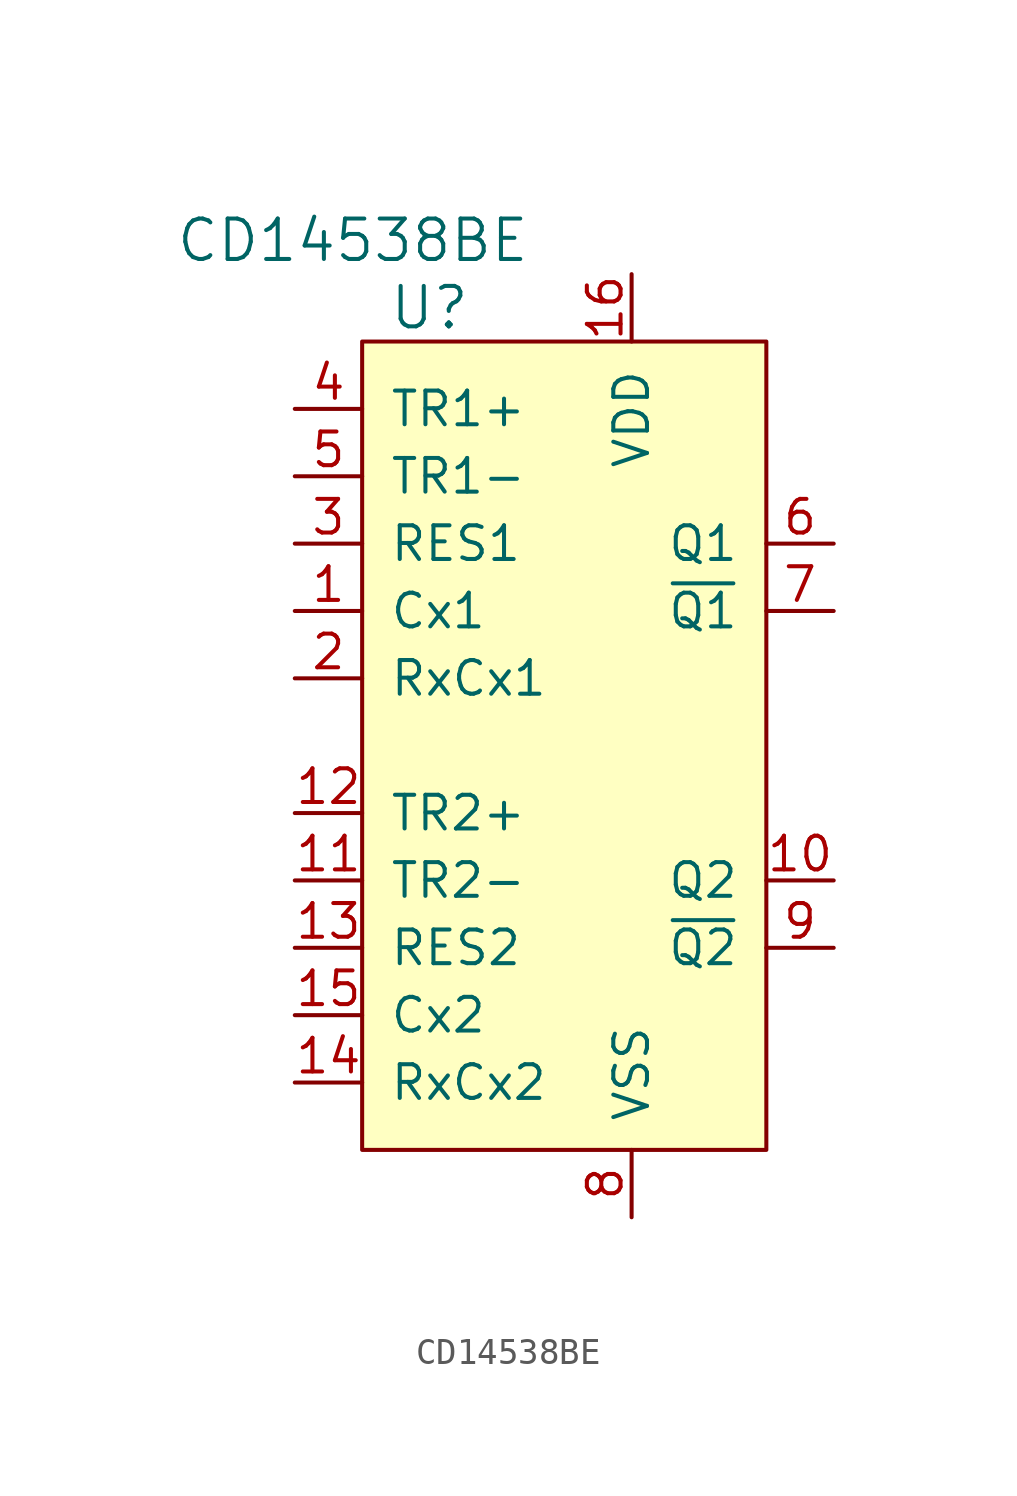
<source format=kicad_sym>
(kicad_symbol_lib
  (version 20211014)
  (generator kicad_symbol_editor)
  (symbol "CD14538BE"
    (pin_names
      (offset 1.016))
    (property "Reference" "U"
      (at -5.08 16.51 0)
      (effects (font (size 1.524 1.524))))
    (property "Value" "CD14538BE"
      (at -1.27 19.05 0)
      (effects (font (size 1.524 1.524)) (justify right)))
    (symbol "CD14538BE_0_1"
      (rectangle (start -7.62 15.24) (end 7.62 -15.24) (stroke (width 0) (type default) (color 0 0 0 0)) (fill (type background))))
    (symbol "CD14538BE_1_1"
      (pin passive line (at -10.16 5.08 0) (length 2.54) (name "Cx1" (effects (font (size 1.27 1.27)))) (number "1" (effects (font (size 1.27 1.27)))))
      (pin output line (at 10.16 -5.08 180) (length 2.54) (name "Q2" (effects (font (size 1.27 1.27)))) (number "10" (effects (font (size 1.27 1.27)))))
      (pin input line (at -10.16 -5.08 0) (length 2.54) (name "TR2-" (effects (font (size 1.27 1.27)))) (number "11" (effects (font (size 1.27 1.27)))))
      (pin input line (at -10.16 -2.54 0) (length 2.54) (name "TR2+" (effects (font (size 1.27 1.27)))) (number "12" (effects (font (size 1.27 1.27)))))
      (pin input line (at -10.16 -7.62 0) (length 2.54) (name "RES2" (effects (font (size 1.27 1.27)))) (number "13" (effects (font (size 1.27 1.27)))))
      (pin input line (at -10.16 -12.7 0) (length 2.54) (name "RxCx2" (effects (font (size 1.27 1.27)))) (number "14" (effects (font (size 1.27 1.27)))))
      (pin passive line (at -10.16 -10.16 0) (length 2.54) (name "Cx2" (effects (font (size 1.27 1.27)))) (number "15" (effects (font (size 1.27 1.27)))))
      (pin power_in line (at 2.54 17.78 270) (length 2.54) (name "VDD" (effects (font (size 1.27 1.27)))) (number "16" (effects (font (size 1.27 1.27)))))
      (pin input line (at -10.16 2.54 0) (length 2.54) (name "RxCx1" (effects (font (size 1.27 1.27)))) (number "2" (effects (font (size 1.27 1.27)))))
      (pin input line (at -10.16 7.62 0) (length 2.54) (name "RES1" (effects (font (size 1.27 1.27)))) (number "3" (effects (font (size 1.27 1.27)))))
      (pin input line (at -10.16 12.7 0) (length 2.54) (name "TR1+" (effects (font (size 1.27 1.27)))) (number "4" (effects (font (size 1.27 1.27)))))
      (pin input line (at -10.16 10.16 0) (length 2.54) (name "TR1-" (effects (font (size 1.27 1.27)))) (number "5" (effects (font (size 1.27 1.27)))))
      (pin output line (at 10.16 7.62 180) (length 2.54) (name "Q1" (effects (font (size 1.27 1.27)))) (number "6" (effects (font (size 1.27 1.27)))))
      (pin output line (at 10.16 5.08 180) (length 2.54) (name "~{Q1}" (effects (font (size 1.27 1.27)))) (number "7" (effects (font (size 1.27 1.27)))))
      (pin power_in line (at 2.54 -17.78 90) (length 2.54) (name "VSS" (effects (font (size 1.27 1.27)))) (number "8" (effects (font (size 1.27 1.27)))))
      (pin output line (at 10.16 -7.62 180) (length 2.54) (name "~{Q2}" (effects (font (size 1.27 1.27)))) (number "9" (effects (font (size 1.27 1.27))))))))
</source>
